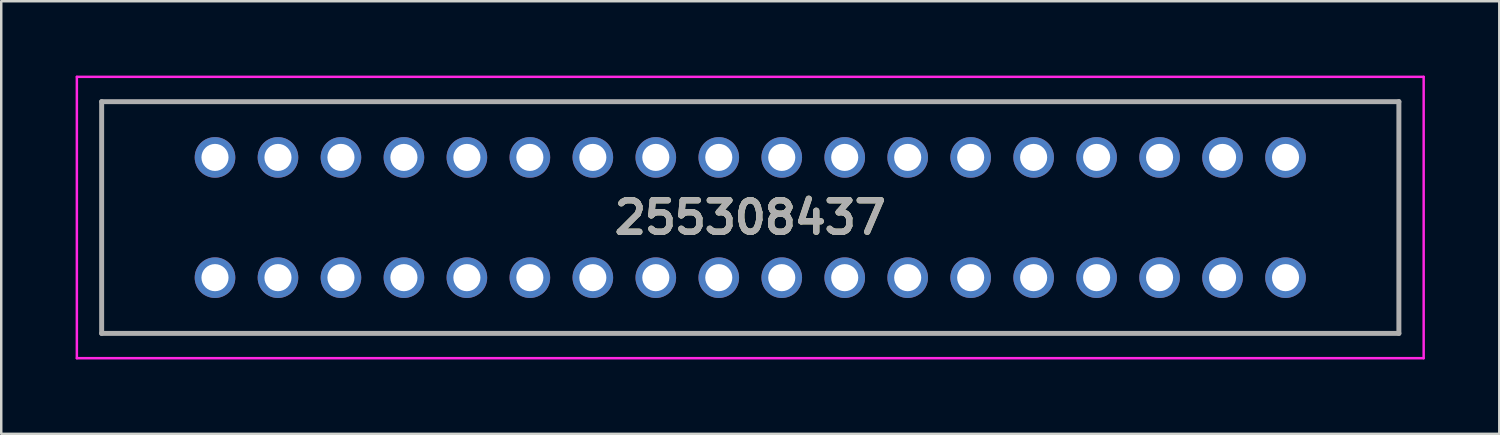
<source format=kicad_pcb>
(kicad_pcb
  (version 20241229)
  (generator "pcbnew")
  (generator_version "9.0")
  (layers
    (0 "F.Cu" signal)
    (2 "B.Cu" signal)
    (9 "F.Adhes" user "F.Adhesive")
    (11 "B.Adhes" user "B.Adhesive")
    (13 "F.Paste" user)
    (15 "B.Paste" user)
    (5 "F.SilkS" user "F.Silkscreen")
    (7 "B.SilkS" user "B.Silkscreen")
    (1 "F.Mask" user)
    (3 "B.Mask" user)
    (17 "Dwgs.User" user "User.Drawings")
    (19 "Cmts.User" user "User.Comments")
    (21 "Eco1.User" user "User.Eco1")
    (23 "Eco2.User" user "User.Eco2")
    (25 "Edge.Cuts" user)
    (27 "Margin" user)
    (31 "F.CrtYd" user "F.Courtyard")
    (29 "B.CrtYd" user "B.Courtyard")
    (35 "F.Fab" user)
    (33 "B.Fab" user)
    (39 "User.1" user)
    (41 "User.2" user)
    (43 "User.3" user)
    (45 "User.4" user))
  (footprint "255308437"
    (layer "F.Cu")
    (at 5.622 8.15)
    (property "Reference" "255308437" (at 21.59 -2.426 0) (layer "F.SilkS") (effects (font (size 1.27 1.27) (thickness 0.254))))
    (attr through_hole)
    (fp_line (start -4.572 -7.1) (end 47.752 -7.1) (stroke (width 0.1) (type solid)) (layer "F.SilkS"))
    (fp_line (start -4.572 2.248) (end -4.572 -7.1) (stroke (width 0.1) (type solid)) (layer "F.SilkS"))
    (fp_line (start 47.752 -7.1) (end 47.752 2.248) (stroke (width 0.1) (type solid)) (layer "F.SilkS"))
    (fp_line (start 47.752 2.248) (end -4.572 2.248) (stroke (width 0.1) (type solid)) (layer "F.SilkS"))
    (fp_line (start -5.572 -8.1) (end 48.752 -8.1) (stroke (width 0.1) (type solid)) (layer "F.CrtYd"))
    (fp_line (start -5.572 3.248) (end -5.572 -8.1) (stroke (width 0.1) (type solid)) (layer "F.CrtYd"))
    (fp_line (start 48.752 -8.1) (end 48.752 3.248) (stroke (width 0.1) (type solid)) (layer "F.CrtYd"))
    (fp_line (start 48.752 3.248) (end -5.572 3.248) (stroke (width 0.1) (type solid)) (layer "F.CrtYd"))
    (fp_line (start -4.572 -7.1) (end 47.752 -7.1) (stroke (width 0.2) (type solid)) (layer "F.Fab"))
    (fp_line (start -4.572 2.248) (end -4.572 -7.1) (stroke (width 0.2) (type solid)) (layer "F.Fab"))
    (fp_line (start 47.752 -7.1) (end 47.752 2.248) (stroke (width 0.2) (type solid)) (layer "F.Fab"))
    (fp_line (start 47.752 2.248) (end -4.572 2.248) (stroke (width 0.2) (type solid)) (layer "F.Fab"))
    (fp_text user "${REFERENCE}" (at 21.59 -2.426 0) (layer "F.Fab") (effects (font (size 1.27 1.27) (thickness 0.254))))
    (pad "1" thru_hole circle (at 0 0) (size 1.638 1.638) (drill 1.092) (layers "*.Cu" "*.Mask"))
    (pad "2" thru_hole circle (at 0 -4.851) (size 1.638 1.638) (drill 1.092) (layers "*.Cu" "*.Mask"))
    (pad "3" thru_hole circle (at 2.54 0) (size 1.638 1.638) (drill 1.092) (layers "*.Cu" "*.Mask"))
    (pad "4" thru_hole circle (at 2.54 -4.851) (size 1.638 1.638) (drill 1.092) (layers "*.Cu" "*.Mask"))
    (pad "5" thru_hole circle (at 5.08 0) (size 1.638 1.638) (drill 1.092) (layers "*.Cu" "*.Mask"))
    (pad "6" thru_hole circle (at 5.08 -4.851) (size 1.638 1.638) (drill 1.092) (layers "*.Cu" "*.Mask"))
    (pad "7" thru_hole circle (at 7.62 0) (size 1.638 1.638) (drill 1.092) (layers "*.Cu" "*.Mask"))
    (pad "8" thru_hole circle (at 7.62 -4.851) (size 1.638 1.638) (drill 1.092) (layers "*.Cu" "*.Mask"))
    (pad "9" thru_hole circle (at 10.16 0) (size 1.638 1.638) (drill 1.092) (layers "*.Cu" "*.Mask"))
    (pad "10" thru_hole circle (at 10.16 -4.851) (size 1.638 1.638) (drill 1.092) (layers "*.Cu" "*.Mask"))
    (pad "11" thru_hole circle (at 12.7 0) (size 1.638 1.638) (drill 1.092) (layers "*.Cu" "*.Mask"))
    (pad "12" thru_hole circle (at 12.7 -4.851) (size 1.638 1.638) (drill 1.092) (layers "*.Cu" "*.Mask"))
    (pad "13" thru_hole circle (at 15.24 0) (size 1.638 1.638) (drill 1.092) (layers "*.Cu" "*.Mask"))
    (pad "14" thru_hole circle (at 15.24 -4.851) (size 1.638 1.638) (drill 1.092) (layers "*.Cu" "*.Mask"))
    (pad "15" thru_hole circle (at 17.78 0) (size 1.638 1.638) (drill 1.092) (layers "*.Cu" "*.Mask"))
    (pad "16" thru_hole circle (at 17.78 -4.851) (size 1.638 1.638) (drill 1.092) (layers "*.Cu" "*.Mask"))
    (pad "17" thru_hole circle (at 20.32 0) (size 1.638 1.638) (drill 1.092) (layers "*.Cu" "*.Mask"))
    (pad "18" thru_hole circle (at 20.32 -4.851) (size 1.638 1.638) (drill 1.092) (layers "*.Cu" "*.Mask"))
    (pad "19" thru_hole circle (at 22.86 0) (size 1.638 1.638) (drill 1.092) (layers "*.Cu" "*.Mask"))
    (pad "20" thru_hole circle (at 22.86 -4.851) (size 1.638 1.638) (drill 1.092) (layers "*.Cu" "*.Mask"))
    (pad "21" thru_hole circle (at 25.4 0) (size 1.638 1.638) (drill 1.092) (layers "*.Cu" "*.Mask"))
    (pad "22" thru_hole circle (at 25.4 -4.851) (size 1.638 1.638) (drill 1.092) (layers "*.Cu" "*.Mask"))
    (pad "23" thru_hole circle (at 27.94 0) (size 1.638 1.638) (drill 1.092) (layers "*.Cu" "*.Mask"))
    (pad "24" thru_hole circle (at 27.94 -4.851) (size 1.638 1.638) (drill 1.092) (layers "*.Cu" "*.Mask"))
    (pad "25" thru_hole circle (at 30.48 0) (size 1.638 1.638) (drill 1.092) (layers "*.Cu" "*.Mask"))
    (pad "26" thru_hole circle (at 30.48 -4.851) (size 1.638 1.638) (drill 1.092) (layers "*.Cu" "*.Mask"))
    (pad "27" thru_hole circle (at 33.02 0) (size 1.638 1.638) (drill 1.092) (layers "*.Cu" "*.Mask"))
    (pad "28" thru_hole circle (at 33.02 -4.851) (size 1.638 1.638) (drill 1.092) (layers "*.Cu" "*.Mask"))
    (pad "29" thru_hole circle (at 35.56 0) (size 1.638 1.638) (drill 1.092) (layers "*.Cu" "*.Mask"))
    (pad "30" thru_hole circle (at 35.56 -4.851) (size 1.638 1.638) (drill 1.092) (layers "*.Cu" "*.Mask"))
    (pad "31" thru_hole circle (at 38.1 0) (size 1.638 1.638) (drill 1.092) (layers "*.Cu" "*.Mask"))
    (pad "32" thru_hole circle (at 38.1 -4.851) (size 1.638 1.638) (drill 1.092) (layers "*.Cu" "*.Mask"))
    (pad "33" thru_hole circle (at 40.64 0) (size 1.638 1.638) (drill 1.092) (layers "*.Cu" "*.Mask"))
    (pad "34" thru_hole circle (at 40.64 -4.851) (size 1.638 1.638) (drill 1.092) (layers "*.Cu" "*.Mask"))
    (pad "35" thru_hole circle (at 43.18 0) (size 1.638 1.638) (drill 1.092) (layers "*.Cu" "*.Mask"))
    (pad "36" thru_hole circle (at 43.18 -4.851) (size 1.638 1.638) (drill 1.092) (layers "*.Cu" "*.Mask")))
  (gr_rect
    (start -3 -3)
    (end 57.424 14.448)
    (stroke (width 0.1) (type default))
    (fill no)
    (layer "Edge.Cuts")))
</source>
